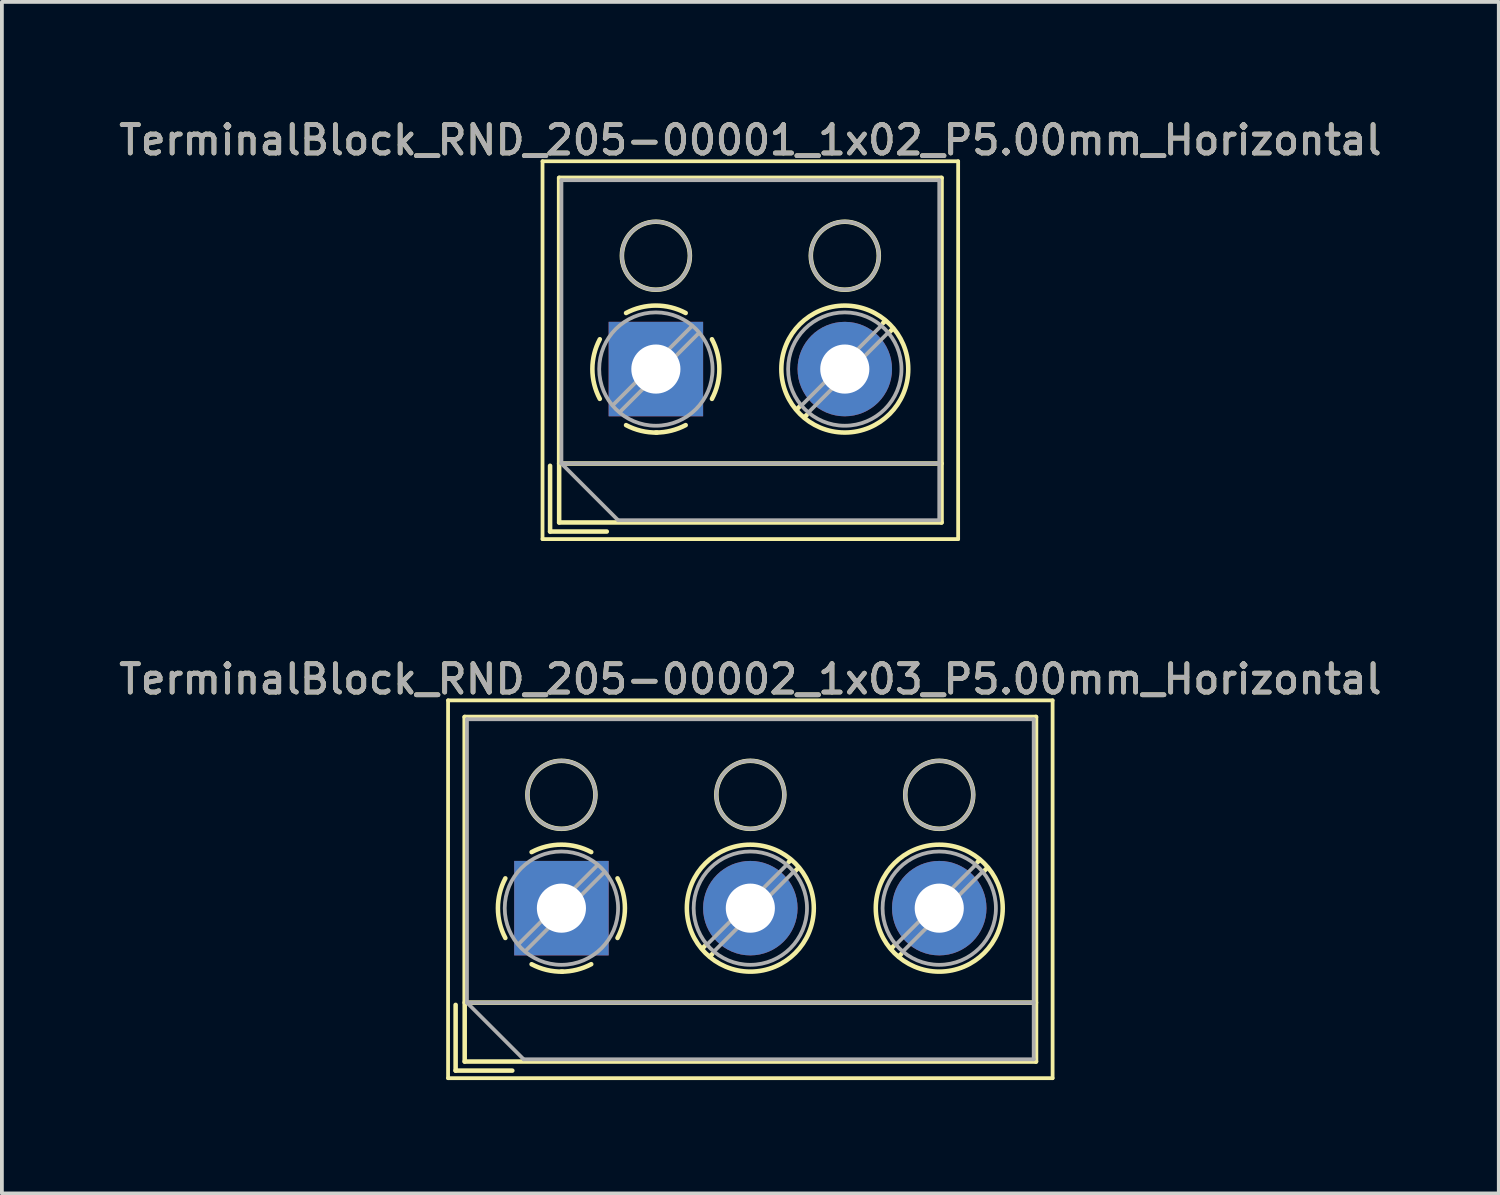
<source format=kicad_pcb>
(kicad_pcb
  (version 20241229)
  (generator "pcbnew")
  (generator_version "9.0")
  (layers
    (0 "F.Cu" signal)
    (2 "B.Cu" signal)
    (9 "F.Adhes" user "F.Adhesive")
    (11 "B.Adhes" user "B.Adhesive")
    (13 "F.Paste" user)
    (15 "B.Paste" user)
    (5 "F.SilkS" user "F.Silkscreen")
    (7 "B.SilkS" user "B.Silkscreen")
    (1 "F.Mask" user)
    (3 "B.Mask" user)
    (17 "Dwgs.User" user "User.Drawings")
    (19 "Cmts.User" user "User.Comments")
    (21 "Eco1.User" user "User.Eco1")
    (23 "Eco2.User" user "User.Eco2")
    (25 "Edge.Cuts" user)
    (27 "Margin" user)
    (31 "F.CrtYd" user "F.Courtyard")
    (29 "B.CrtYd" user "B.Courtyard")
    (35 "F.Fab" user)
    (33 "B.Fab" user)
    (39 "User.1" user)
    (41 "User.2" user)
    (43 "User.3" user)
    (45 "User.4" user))
  (footprint "TerminalBlock_RND_205-00001_1x02_P5.00mm_Horizontal"
    (layer "F.Cu")
    (at 14.309 6.718)
    (property "Reference" "TerminalBlock_RND_205-00001_1x02_P5.00mm_Horizontal" (at 2.5 -6.06 0) (layer "F.SilkS") (effects (font (size 0.75 0.75) (thickness 0.125))))
    (attr through_hole)
    (fp_line (start -3 -5.5) (end -3 4.5) (stroke (width 0.1) (type solid)) (layer "F.SilkS"))
    (fp_line (start -3 4.5) (end 8 4.5) (stroke (width 0.1) (type solid)) (layer "F.SilkS"))
    (fp_line (start -2.8 2.56) (end -2.8 4.3) (stroke (width 0.12) (type solid)) (layer "F.SilkS"))
    (fp_line (start -2.8 4.3) (end -1.3 4.3) (stroke (width 0.12) (type solid)) (layer "F.SilkS"))
    (fp_line (start -2.56 -5.06) (end -2.56 4.06) (stroke (width 0.12) (type solid)) (layer "F.SilkS"))
    (fp_line (start -2.56 -5.06) (end 7.56 -5.06) (stroke (width 0.12) (type solid)) (layer "F.SilkS"))
    (fp_line (start -2.56 2.5) (end 7.56 2.5) (stroke (width 0.12) (type solid)) (layer "F.SilkS"))
    (fp_line (start -2.56 4.06) (end 7.56 4.06) (stroke (width 0.12) (type solid)) (layer "F.SilkS"))
    (fp_line (start 3.82 0.976) (end 3.726 1.069) (stroke (width 0.12) (type solid)) (layer "F.SilkS"))
    (fp_line (start 3.99 1.216) (end 3.931 1.274) (stroke (width 0.12) (type solid)) (layer "F.SilkS"))
    (fp_line (start 6.07 -1.275) (end 6.011 -1.216) (stroke (width 0.12) (type solid)) (layer "F.SilkS"))
    (fp_line (start 6.275 -1.069) (end 6.181 -0.976) (stroke (width 0.12) (type solid)) (layer "F.SilkS"))
    (fp_line (start 7.56 -5.06) (end 7.56 4.06) (stroke (width 0.12) (type solid)) (layer "F.SilkS"))
    (fp_line (start 8 -5.5) (end -3 -5.5) (stroke (width 0.1) (type solid)) (layer "F.SilkS"))
    (fp_line (start 8 4.5) (end 8 -5.5) (stroke (width 0.1) (type solid)) (layer "F.SilkS"))
    (fp_arc (start -1.483953 0.789089) (mid -1.680708 0.00005) (end -1.484 -0.789) (stroke (width 0.12) (type solid)) (layer "F.SilkS"))
    (fp_arc (start -0.789089 -1.483953) (mid -0.00005 -1.680708) (end 0.789 -1.484) (stroke (width 0.12) (type solid)) (layer "F.SilkS"))
    (fp_arc (start 0.029383 1.68045) (mid -0.392304 1.634281) (end -0.789 1.484) (stroke (width 0.12) (type solid)) (layer "F.SilkS"))
    (fp_arc (start 0.788712 1.483352) (mid 0.406429 1.630097) (end 0 1.68) (stroke (width 0.12) (type solid)) (layer "F.SilkS"))
    (fp_arc (start 1.483953 -0.789089) (mid 1.680708 -0.00005) (end 1.484 0.789) (stroke (width 0.12) (type solid)) (layer "F.SilkS"))
    (fp_circle (center 0 -3) (end 0.9 -3) (stroke (width 0.12) (type solid)) (fill no) (layer "F.SilkS"))
    (fp_circle (center 5 -3) (end 5.9 -3) (stroke (width 0.12) (type solid)) (fill no) (layer "F.SilkS"))
    (fp_circle (center 5 0) (end 6.68 0) (stroke (width 0.12) (type solid)) (fill no) (layer "F.SilkS"))
    (fp_line (start -2.5 -5) (end 7.5 -5) (stroke (width 0.1) (type solid)) (layer "F.Fab"))
    (fp_line (start -2.5 2.5) (end -2.5 -5) (stroke (width 0.1) (type solid)) (layer "F.Fab"))
    (fp_line (start -2.5 2.5) (end 7.5 2.5) (stroke (width 0.1) (type solid)) (layer "F.Fab"))
    (fp_line (start -1 4) (end -2.5 2.5) (stroke (width 0.1) (type solid)) (layer "F.Fab"))
    (fp_line (start 0.955 -1.138) (end -1.138 0.955) (stroke (width 0.1) (type solid)) (layer "F.Fab"))
    (fp_line (start 1.138 -0.955) (end -0.955 1.138) (stroke (width 0.1) (type solid)) (layer "F.Fab"))
    (fp_line (start 5.955 -1.138) (end 3.863 0.955) (stroke (width 0.1) (type solid)) (layer "F.Fab"))
    (fp_line (start 6.138 -0.955) (end 4.046 1.138) (stroke (width 0.1) (type solid)) (layer "F.Fab"))
    (fp_line (start 7.5 -5) (end 7.5 4) (stroke (width 0.1) (type solid)) (layer "F.Fab"))
    (fp_line (start 7.5 4) (end -1 4) (stroke (width 0.1) (type solid)) (layer "F.Fab"))
    (fp_circle (center 0 -3) (end 0.9 -3) (stroke (width 0.1) (type solid)) (fill no) (layer "F.Fab"))
    (fp_circle (center 0 0) (end 1.5 0) (stroke (width 0.1) (type solid)) (fill no) (layer "F.Fab"))
    (fp_circle (center 5 -3) (end 5.9 -3) (stroke (width 0.1) (type solid)) (fill no) (layer "F.Fab"))
    (fp_circle (center 5 0) (end 6.5 0) (stroke (width 0.1) (type solid)) (fill no) (layer "F.Fab"))
    (fp_text user "${REFERENCE}" (at 2.5 -6.06 0) (layer "F.Fab") (effects (font (size 0.75 0.75) (thickness 0.125))))
    (pad "1" thru_hole rect (at 0 0) (size 2.5 2.5) (drill 1.3) (layers "*.Cu" "*.Mask"))
    (pad "2" thru_hole circle (at 5 0) (size 2.5 2.5) (drill 1.3) (layers "*.Cu" "*.Mask")))
  (footprint "TerminalBlock_RND_205-00002_1x03_P5.00mm_Horizontal"
    (layer "F.Cu")
    (at 11.809 20.986)
    (property "Reference" "TerminalBlock_RND_205-00002_1x03_P5.00mm_Horizontal" (at 5 -6.06 0) (layer "F.SilkS") (effects (font (size 0.75 0.75) (thickness 0.125))))
    (attr through_hole)
    (fp_line (start -3 -5.5) (end -3 4.5) (stroke (width 0.1) (type solid)) (layer "F.SilkS"))
    (fp_line (start -3 4.5) (end 13 4.5) (stroke (width 0.1) (type solid)) (layer "F.SilkS"))
    (fp_line (start -2.8 2.56) (end -2.8 4.3) (stroke (width 0.12) (type solid)) (layer "F.SilkS"))
    (fp_line (start -2.8 4.3) (end -1.3 4.3) (stroke (width 0.12) (type solid)) (layer "F.SilkS"))
    (fp_line (start -2.56 -5.06) (end -2.56 4.06) (stroke (width 0.12) (type solid)) (layer "F.SilkS"))
    (fp_line (start -2.56 -5.06) (end 12.56 -5.06) (stroke (width 0.12) (type solid)) (layer "F.SilkS"))
    (fp_line (start -2.56 2.5) (end 12.56 2.5) (stroke (width 0.12) (type solid)) (layer "F.SilkS"))
    (fp_line (start -2.56 4.06) (end 12.56 4.06) (stroke (width 0.12) (type solid)) (layer "F.SilkS"))
    (fp_line (start 3.82 0.976) (end 3.726 1.069) (stroke (width 0.12) (type solid)) (layer "F.SilkS"))
    (fp_line (start 3.99 1.216) (end 3.931 1.274) (stroke (width 0.12) (type solid)) (layer "F.SilkS"))
    (fp_line (start 6.07 -1.275) (end 6.011 -1.216) (stroke (width 0.12) (type solid)) (layer "F.SilkS"))
    (fp_line (start 6.275 -1.069) (end 6.181 -0.976) (stroke (width 0.12) (type solid)) (layer "F.SilkS"))
    (fp_line (start 8.82 0.976) (end 8.726 1.069) (stroke (width 0.12) (type solid)) (layer "F.SilkS"))
    (fp_line (start 8.99 1.216) (end 8.931 1.274) (stroke (width 0.12) (type solid)) (layer "F.SilkS"))
    (fp_line (start 11.07 -1.275) (end 11.011 -1.216) (stroke (width 0.12) (type solid)) (layer "F.SilkS"))
    (fp_line (start 11.275 -1.069) (end 11.181 -0.976) (stroke (width 0.12) (type solid)) (layer "F.SilkS"))
    (fp_line (start 12.56 -5.06) (end 12.56 4.06) (stroke (width 0.12) (type solid)) (layer "F.SilkS"))
    (fp_line (start 13 -5.5) (end -3 -5.5) (stroke (width 0.1) (type solid)) (layer "F.SilkS"))
    (fp_line (start 13 4.5) (end 13 -5.5) (stroke (width 0.1) (type solid)) (layer "F.SilkS"))
    (fp_arc (start -1.483953 0.789089) (mid -1.680708 0.00005) (end -1.484 -0.789) (stroke (width 0.12) (type solid)) (layer "F.SilkS"))
    (fp_arc (start -0.789089 -1.483953) (mid -0.00005 -1.680708) (end 0.789 -1.484) (stroke (width 0.12) (type solid)) (layer "F.SilkS"))
    (fp_arc (start 0.029383 1.68045) (mid -0.392304 1.634281) (end -0.789 1.484) (stroke (width 0.12) (type solid)) (layer "F.SilkS"))
    (fp_arc (start 0.788712 1.483352) (mid 0.406429 1.630097) (end 0 1.68) (stroke (width 0.12) (type solid)) (layer "F.SilkS"))
    (fp_arc (start 1.483953 -0.789089) (mid 1.680708 -0.00005) (end 1.484 0.789) (stroke (width 0.12) (type solid)) (layer "F.SilkS"))
    (fp_circle (center 0 -3) (end 0.9 -3) (stroke (width 0.12) (type solid)) (fill no) (layer "F.SilkS"))
    (fp_circle (center 5 -3) (end 5.9 -3) (stroke (width 0.12) (type solid)) (fill no) (layer "F.SilkS"))
    (fp_circle (center 5 0) (end 6.68 0) (stroke (width 0.12) (type solid)) (fill no) (layer "F.SilkS"))
    (fp_circle (center 10 -3) (end 10.9 -3) (stroke (width 0.12) (type solid)) (fill no) (layer "F.SilkS"))
    (fp_circle (center 10 0) (end 11.68 0) (stroke (width 0.12) (type solid)) (fill no) (layer "F.SilkS"))
    (fp_line (start -2.5 -5) (end 12.5 -5) (stroke (width 0.1) (type solid)) (layer "F.Fab"))
    (fp_line (start -2.5 2.5) (end -2.5 -5) (stroke (width 0.1) (type solid)) (layer "F.Fab"))
    (fp_line (start -2.5 2.5) (end 12.5 2.5) (stroke (width 0.1) (type solid)) (layer "F.Fab"))
    (fp_line (start -1 4) (end -2.5 2.5) (stroke (width 0.1) (type solid)) (layer "F.Fab"))
    (fp_line (start 0.955 -1.138) (end -1.138 0.955) (stroke (width 0.1) (type solid)) (layer "F.Fab"))
    (fp_line (start 1.138 -0.955) (end -0.955 1.138) (stroke (width 0.1) (type solid)) (layer "F.Fab"))
    (fp_line (start 5.955 -1.138) (end 3.863 0.955) (stroke (width 0.1) (type solid)) (layer "F.Fab"))
    (fp_line (start 6.138 -0.955) (end 4.046 1.138) (stroke (width 0.1) (type solid)) (layer "F.Fab"))
    (fp_line (start 10.955 -1.138) (end 8.863 0.955) (stroke (width 0.1) (type solid)) (layer "F.Fab"))
    (fp_line (start 11.138 -0.955) (end 9.046 1.138) (stroke (width 0.1) (type solid)) (layer "F.Fab"))
    (fp_line (start 12.5 -5) (end 12.5 4) (stroke (width 0.1) (type solid)) (layer "F.Fab"))
    (fp_line (start 12.5 4) (end -1 4) (stroke (width 0.1) (type solid)) (layer "F.Fab"))
    (fp_circle (center 0 -3) (end 0.9 -3) (stroke (width 0.1) (type solid)) (fill no) (layer "F.Fab"))
    (fp_circle (center 0 0) (end 1.5 0) (stroke (width 0.1) (type solid)) (fill no) (layer "F.Fab"))
    (fp_circle (center 5 -3) (end 5.9 -3) (stroke (width 0.1) (type solid)) (fill no) (layer "F.Fab"))
    (fp_circle (center 5 0) (end 6.5 0) (stroke (width 0.1) (type solid)) (fill no) (layer "F.Fab"))
    (fp_circle (center 10 -3) (end 10.9 -3) (stroke (width 0.1) (type solid)) (fill no) (layer "F.Fab"))
    (fp_circle (center 10 0) (end 11.5 0) (stroke (width 0.1) (type solid)) (fill no) (layer "F.Fab"))
    (fp_text user "${REFERENCE}" (at 5 -6.06 0) (layer "F.Fab") (effects (font (size 0.75 0.75) (thickness 0.125))))
    (pad "1" thru_hole rect (at 0 0) (size 2.5 2.5) (drill 1.3) (layers "*.Cu" "*.Mask"))
    (pad "2" thru_hole circle (at 5 0) (size 2.5 2.5) (drill 1.3) (layers "*.Cu" "*.Mask"))
    (pad "3" thru_hole circle (at 10 0) (size 2.5 2.5) (drill 1.3) (layers "*.Cu" "*.Mask")))
  (gr_rect
    (start -3 -3)
    (end 36.618 28.536)
    (stroke (width 0.1) (type default))
    (fill no)
    (layer "Edge.Cuts")))
</source>
